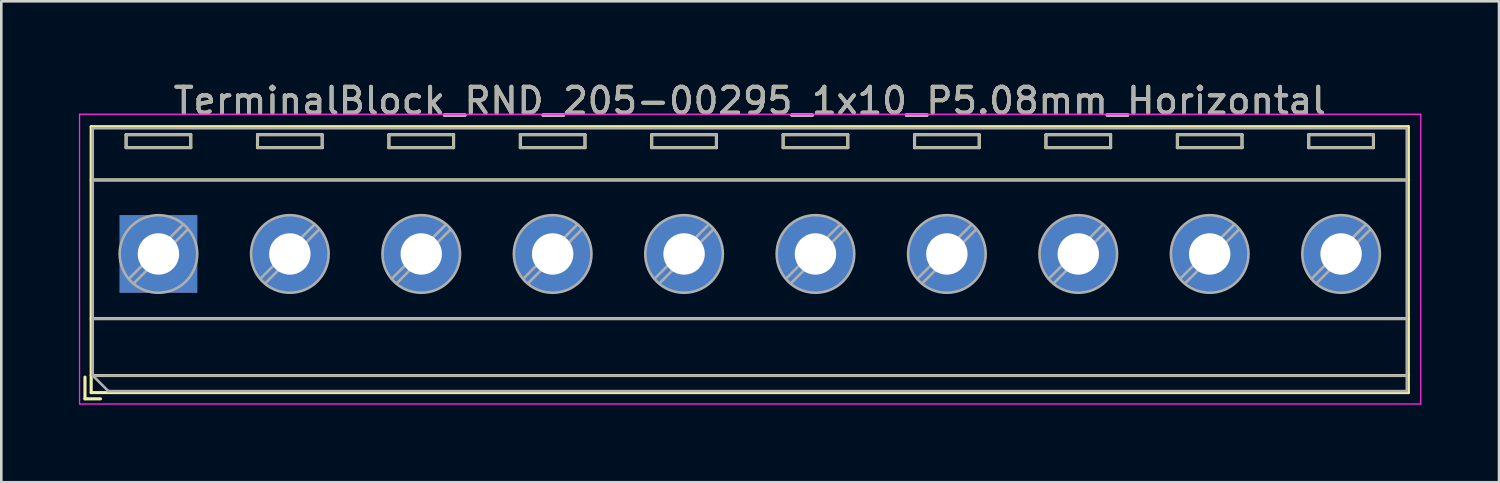
<source format=kicad_pcb>
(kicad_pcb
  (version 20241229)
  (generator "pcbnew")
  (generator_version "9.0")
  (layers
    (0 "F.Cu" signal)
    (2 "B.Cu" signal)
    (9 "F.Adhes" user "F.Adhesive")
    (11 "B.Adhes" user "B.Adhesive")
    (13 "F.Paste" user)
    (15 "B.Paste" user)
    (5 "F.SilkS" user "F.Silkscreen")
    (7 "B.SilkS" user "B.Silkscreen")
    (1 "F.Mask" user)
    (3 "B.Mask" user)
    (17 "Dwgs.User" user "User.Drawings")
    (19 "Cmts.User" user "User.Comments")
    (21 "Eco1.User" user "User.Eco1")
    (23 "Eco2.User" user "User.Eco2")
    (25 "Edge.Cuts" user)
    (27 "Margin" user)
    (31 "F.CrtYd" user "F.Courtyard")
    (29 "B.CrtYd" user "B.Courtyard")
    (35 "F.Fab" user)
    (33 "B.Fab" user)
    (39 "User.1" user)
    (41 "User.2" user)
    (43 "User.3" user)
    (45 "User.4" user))
  (footprint "TerminalBlock_RND_205-00295_1x10_P5.08mm_Horizontal"
    (layer "F.Cu")
    (at 3.075 6.768)
    (property "Reference" "TerminalBlock_RND_205-00295_1x10_P5.08mm_Horizontal" (at 22.86 -5.92 0) (layer "F.SilkS") (effects (font (size 1 1) (thickness 0.15))))
    (attr through_hole)
    (fp_line (start -2.84 4.76) (end -2.84 5.6) (stroke (width 0.12) (type solid)) (layer "F.SilkS"))
    (fp_line (start -2.84 5.6) (end -2.24 5.6) (stroke (width 0.12) (type solid)) (layer "F.SilkS"))
    (fp_line (start -2.6 -4.92) (end -2.6 5.36) (stroke (width 0.12) (type solid)) (layer "F.SilkS"))
    (fp_line (start -2.6 -4.92) (end 48.32 -4.92) (stroke (width 0.12) (type solid)) (layer "F.SilkS"))
    (fp_line (start -2.6 -2.861) (end 48.32 -2.861) (stroke (width 0.12) (type solid)) (layer "F.SilkS"))
    (fp_line (start -2.6 2.5) (end 48.32 2.5) (stroke (width 0.12) (type solid)) (layer "F.SilkS"))
    (fp_line (start -2.6 4.7) (end 48.32 4.7) (stroke (width 0.12) (type solid)) (layer "F.SilkS"))
    (fp_line (start -2.6 5.36) (end 48.32 5.36) (stroke (width 0.12) (type solid)) (layer "F.SilkS"))
    (fp_line (start -1.25 -4.61) (end -1.25 -4.11) (stroke (width 0.12) (type solid)) (layer "F.SilkS"))
    (fp_line (start -1.25 -4.61) (end 1.25 -4.61) (stroke (width 0.12) (type solid)) (layer "F.SilkS"))
    (fp_line (start -1.25 -4.11) (end 1.25 -4.11) (stroke (width 0.12) (type solid)) (layer "F.SilkS"))
    (fp_line (start 1.25 -4.61) (end 1.25 -4.11) (stroke (width 0.12) (type solid)) (layer "F.SilkS"))
    (fp_line (start 3.83 -4.61) (end 3.83 -4.11) (stroke (width 0.12) (type solid)) (layer "F.SilkS"))
    (fp_line (start 3.83 -4.61) (end 6.33 -4.61) (stroke (width 0.12) (type solid)) (layer "F.SilkS"))
    (fp_line (start 3.83 -4.11) (end 6.33 -4.11) (stroke (width 0.12) (type solid)) (layer "F.SilkS"))
    (fp_line (start 6.33 -4.61) (end 6.33 -4.11) (stroke (width 0.12) (type solid)) (layer "F.SilkS"))
    (fp_line (start 8.91 -4.61) (end 8.91 -4.11) (stroke (width 0.12) (type solid)) (layer "F.SilkS"))
    (fp_line (start 8.91 -4.61) (end 11.41 -4.61) (stroke (width 0.12) (type solid)) (layer "F.SilkS"))
    (fp_line (start 8.91 -4.11) (end 11.41 -4.11) (stroke (width 0.12) (type solid)) (layer "F.SilkS"))
    (fp_line (start 11.41 -4.61) (end 11.41 -4.11) (stroke (width 0.12) (type solid)) (layer "F.SilkS"))
    (fp_line (start 13.99 -4.61) (end 13.99 -4.11) (stroke (width 0.12) (type solid)) (layer "F.SilkS"))
    (fp_line (start 13.99 -4.61) (end 16.49 -4.61) (stroke (width 0.12) (type solid)) (layer "F.SilkS"))
    (fp_line (start 13.99 -4.11) (end 16.49 -4.11) (stroke (width 0.12) (type solid)) (layer "F.SilkS"))
    (fp_line (start 16.49 -4.61) (end 16.49 -4.11) (stroke (width 0.12) (type solid)) (layer "F.SilkS"))
    (fp_line (start 19.07 -4.61) (end 19.07 -4.11) (stroke (width 0.12) (type solid)) (layer "F.SilkS"))
    (fp_line (start 19.07 -4.61) (end 21.57 -4.61) (stroke (width 0.12) (type solid)) (layer "F.SilkS"))
    (fp_line (start 19.07 -4.11) (end 21.57 -4.11) (stroke (width 0.12) (type solid)) (layer "F.SilkS"))
    (fp_line (start 21.57 -4.61) (end 21.57 -4.11) (stroke (width 0.12) (type solid)) (layer "F.SilkS"))
    (fp_line (start 24.15 -4.61) (end 24.15 -4.11) (stroke (width 0.12) (type solid)) (layer "F.SilkS"))
    (fp_line (start 24.15 -4.61) (end 26.65 -4.61) (stroke (width 0.12) (type solid)) (layer "F.SilkS"))
    (fp_line (start 24.15 -4.11) (end 26.65 -4.11) (stroke (width 0.12) (type solid)) (layer "F.SilkS"))
    (fp_line (start 26.65 -4.61) (end 26.65 -4.11) (stroke (width 0.12) (type solid)) (layer "F.SilkS"))
    (fp_line (start 29.23 -4.61) (end 29.23 -4.11) (stroke (width 0.12) (type solid)) (layer "F.SilkS"))
    (fp_line (start 29.23 -4.61) (end 31.73 -4.61) (stroke (width 0.12) (type solid)) (layer "F.SilkS"))
    (fp_line (start 29.23 -4.11) (end 31.73 -4.11) (stroke (width 0.12) (type solid)) (layer "F.SilkS"))
    (fp_line (start 31.73 -4.61) (end 31.73 -4.11) (stroke (width 0.12) (type solid)) (layer "F.SilkS"))
    (fp_line (start 34.31 -4.61) (end 34.31 -4.11) (stroke (width 0.12) (type solid)) (layer "F.SilkS"))
    (fp_line (start 34.31 -4.61) (end 36.81 -4.61) (stroke (width 0.12) (type solid)) (layer "F.SilkS"))
    (fp_line (start 34.31 -4.11) (end 36.81 -4.11) (stroke (width 0.12) (type solid)) (layer "F.SilkS"))
    (fp_line (start 36.81 -4.61) (end 36.81 -4.11) (stroke (width 0.12) (type solid)) (layer "F.SilkS"))
    (fp_line (start 39.39 -4.61) (end 39.39 -4.11) (stroke (width 0.12) (type solid)) (layer "F.SilkS"))
    (fp_line (start 39.39 -4.61) (end 41.89 -4.61) (stroke (width 0.12) (type solid)) (layer "F.SilkS"))
    (fp_line (start 39.39 -4.11) (end 41.89 -4.11) (stroke (width 0.12) (type solid)) (layer "F.SilkS"))
    (fp_line (start 41.89 -4.61) (end 41.89 -4.11) (stroke (width 0.12) (type solid)) (layer "F.SilkS"))
    (fp_line (start 44.47 -4.61) (end 44.47 -4.11) (stroke (width 0.12) (type solid)) (layer "F.SilkS"))
    (fp_line (start 44.47 -4.61) (end 46.97 -4.61) (stroke (width 0.12) (type solid)) (layer "F.SilkS"))
    (fp_line (start 44.47 -4.11) (end 46.97 -4.11) (stroke (width 0.12) (type solid)) (layer "F.SilkS"))
    (fp_line (start 46.97 -4.61) (end 46.97 -4.11) (stroke (width 0.12) (type solid)) (layer "F.SilkS"))
    (fp_line (start 48.32 -4.92) (end 48.32 5.36) (stroke (width 0.12) (type solid)) (layer "F.SilkS"))
    (fp_line (start -3.05 -5.4) (end -3.05 5.8) (stroke (width 0.05) (type solid)) (layer "F.CrtYd"))
    (fp_line (start -3.05 5.8) (end 48.8 5.8) (stroke (width 0.05) (type solid)) (layer "F.CrtYd"))
    (fp_line (start 48.8 -5.4) (end -3.05 -5.4) (stroke (width 0.05) (type solid)) (layer "F.CrtYd"))
    (fp_line (start 48.8 5.8) (end 48.8 -5.4) (stroke (width 0.05) (type solid)) (layer "F.CrtYd"))
    (fp_line (start -2.54 -4.86) (end 48.26 -4.86) (stroke (width 0.1) (type solid)) (layer "F.Fab"))
    (fp_line (start -2.54 -2.86) (end 48.26 -2.86) (stroke (width 0.1) (type solid)) (layer "F.Fab"))
    (fp_line (start -2.54 2.5) (end 48.26 2.5) (stroke (width 0.1) (type solid)) (layer "F.Fab"))
    (fp_line (start -2.54 4.7) (end -2.54 -4.86) (stroke (width 0.1) (type solid)) (layer "F.Fab"))
    (fp_line (start -2.54 4.7) (end 48.26 4.7) (stroke (width 0.1) (type solid)) (layer "F.Fab"))
    (fp_line (start -1.94 5.3) (end -2.54 4.7) (stroke (width 0.1) (type solid)) (layer "F.Fab"))
    (fp_line (start -1.25 -4.61) (end -1.25 -4.11) (stroke (width 0.1) (type solid)) (layer "F.Fab"))
    (fp_line (start -1.25 -4.11) (end 1.25 -4.11) (stroke (width 0.1) (type solid)) (layer "F.Fab"))
    (fp_line (start 0.955 -1.138) (end -1.138 0.955) (stroke (width 0.1) (type solid)) (layer "F.Fab"))
    (fp_line (start 1.138 -0.955) (end -0.955 1.138) (stroke (width 0.1) (type solid)) (layer "F.Fab"))
    (fp_line (start 1.25 -4.61) (end -1.25 -4.61) (stroke (width 0.1) (type solid)) (layer "F.Fab"))
    (fp_line (start 1.25 -4.11) (end 1.25 -4.61) (stroke (width 0.1) (type solid)) (layer "F.Fab"))
    (fp_line (start 3.83 -4.61) (end 3.83 -4.11) (stroke (width 0.1) (type solid)) (layer "F.Fab"))
    (fp_line (start 3.83 -4.11) (end 6.33 -4.11) (stroke (width 0.1) (type solid)) (layer "F.Fab"))
    (fp_line (start 6.035 -1.138) (end 3.943 0.955) (stroke (width 0.1) (type solid)) (layer "F.Fab"))
    (fp_line (start 6.218 -0.955) (end 4.126 1.138) (stroke (width 0.1) (type solid)) (layer "F.Fab"))
    (fp_line (start 6.33 -4.61) (end 3.83 -4.61) (stroke (width 0.1) (type solid)) (layer "F.Fab"))
    (fp_line (start 6.33 -4.11) (end 6.33 -4.61) (stroke (width 0.1) (type solid)) (layer "F.Fab"))
    (fp_line (start 8.91 -4.61) (end 8.91 -4.11) (stroke (width 0.1) (type solid)) (layer "F.Fab"))
    (fp_line (start 8.91 -4.11) (end 11.41 -4.11) (stroke (width 0.1) (type solid)) (layer "F.Fab"))
    (fp_line (start 11.115 -1.138) (end 9.023 0.955) (stroke (width 0.1) (type solid)) (layer "F.Fab"))
    (fp_line (start 11.298 -0.955) (end 9.206 1.138) (stroke (width 0.1) (type solid)) (layer "F.Fab"))
    (fp_line (start 11.41 -4.61) (end 8.91 -4.61) (stroke (width 0.1) (type solid)) (layer "F.Fab"))
    (fp_line (start 11.41 -4.11) (end 11.41 -4.61) (stroke (width 0.1) (type solid)) (layer "F.Fab"))
    (fp_line (start 13.99 -4.61) (end 13.99 -4.11) (stroke (width 0.1) (type solid)) (layer "F.Fab"))
    (fp_line (start 13.99 -4.11) (end 16.49 -4.11) (stroke (width 0.1) (type solid)) (layer "F.Fab"))
    (fp_line (start 16.195 -1.138) (end 14.103 0.955) (stroke (width 0.1) (type solid)) (layer "F.Fab"))
    (fp_line (start 16.378 -0.955) (end 14.286 1.138) (stroke (width 0.1) (type solid)) (layer "F.Fab"))
    (fp_line (start 16.49 -4.61) (end 13.99 -4.61) (stroke (width 0.1) (type solid)) (layer "F.Fab"))
    (fp_line (start 16.49 -4.11) (end 16.49 -4.61) (stroke (width 0.1) (type solid)) (layer "F.Fab"))
    (fp_line (start 19.07 -4.61) (end 19.07 -4.11) (stroke (width 0.1) (type solid)) (layer "F.Fab"))
    (fp_line (start 19.07 -4.11) (end 21.57 -4.11) (stroke (width 0.1) (type solid)) (layer "F.Fab"))
    (fp_line (start 21.275 -1.138) (end 19.183 0.955) (stroke (width 0.1) (type solid)) (layer "F.Fab"))
    (fp_line (start 21.458 -0.955) (end 19.366 1.138) (stroke (width 0.1) (type solid)) (layer "F.Fab"))
    (fp_line (start 21.57 -4.61) (end 19.07 -4.61) (stroke (width 0.1) (type solid)) (layer "F.Fab"))
    (fp_line (start 21.57 -4.11) (end 21.57 -4.61) (stroke (width 0.1) (type solid)) (layer "F.Fab"))
    (fp_line (start 24.15 -4.61) (end 24.15 -4.11) (stroke (width 0.1) (type solid)) (layer "F.Fab"))
    (fp_line (start 24.15 -4.11) (end 26.65 -4.11) (stroke (width 0.1) (type solid)) (layer "F.Fab"))
    (fp_line (start 26.355 -1.138) (end 24.263 0.955) (stroke (width 0.1) (type solid)) (layer "F.Fab"))
    (fp_line (start 26.538 -0.955) (end 24.446 1.138) (stroke (width 0.1) (type solid)) (layer "F.Fab"))
    (fp_line (start 26.65 -4.61) (end 24.15 -4.61) (stroke (width 0.1) (type solid)) (layer "F.Fab"))
    (fp_line (start 26.65 -4.11) (end 26.65 -4.61) (stroke (width 0.1) (type solid)) (layer "F.Fab"))
    (fp_line (start 29.23 -4.61) (end 29.23 -4.11) (stroke (width 0.1) (type solid)) (layer "F.Fab"))
    (fp_line (start 29.23 -4.11) (end 31.73 -4.11) (stroke (width 0.1) (type solid)) (layer "F.Fab"))
    (fp_line (start 31.435 -1.138) (end 29.343 0.955) (stroke (width 0.1) (type solid)) (layer "F.Fab"))
    (fp_line (start 31.618 -0.955) (end 29.526 1.138) (stroke (width 0.1) (type solid)) (layer "F.Fab"))
    (fp_line (start 31.73 -4.61) (end 29.23 -4.61) (stroke (width 0.1) (type solid)) (layer "F.Fab"))
    (fp_line (start 31.73 -4.11) (end 31.73 -4.61) (stroke (width 0.1) (type solid)) (layer "F.Fab"))
    (fp_line (start 34.31 -4.61) (end 34.31 -4.11) (stroke (width 0.1) (type solid)) (layer "F.Fab"))
    (fp_line (start 34.31 -4.11) (end 36.81 -4.11) (stroke (width 0.1) (type solid)) (layer "F.Fab"))
    (fp_line (start 36.515 -1.138) (end 34.423 0.955) (stroke (width 0.1) (type solid)) (layer "F.Fab"))
    (fp_line (start 36.698 -0.955) (end 34.606 1.138) (stroke (width 0.1) (type solid)) (layer "F.Fab"))
    (fp_line (start 36.81 -4.61) (end 34.31 -4.61) (stroke (width 0.1) (type solid)) (layer "F.Fab"))
    (fp_line (start 36.81 -4.11) (end 36.81 -4.61) (stroke (width 0.1) (type solid)) (layer "F.Fab"))
    (fp_line (start 39.39 -4.61) (end 39.39 -4.11) (stroke (width 0.1) (type solid)) (layer "F.Fab"))
    (fp_line (start 39.39 -4.11) (end 41.89 -4.11) (stroke (width 0.1) (type solid)) (layer "F.Fab"))
    (fp_line (start 41.595 -1.138) (end 39.503 0.955) (stroke (width 0.1) (type solid)) (layer "F.Fab"))
    (fp_line (start 41.778 -0.955) (end 39.686 1.138) (stroke (width 0.1) (type solid)) (layer "F.Fab"))
    (fp_line (start 41.89 -4.61) (end 39.39 -4.61) (stroke (width 0.1) (type solid)) (layer "F.Fab"))
    (fp_line (start 41.89 -4.11) (end 41.89 -4.61) (stroke (width 0.1) (type solid)) (layer "F.Fab"))
    (fp_line (start 44.47 -4.61) (end 44.47 -4.11) (stroke (width 0.1) (type solid)) (layer "F.Fab"))
    (fp_line (start 44.47 -4.11) (end 46.97 -4.11) (stroke (width 0.1) (type solid)) (layer "F.Fab"))
    (fp_line (start 46.675 -1.138) (end 44.583 0.955) (stroke (width 0.1) (type solid)) (layer "F.Fab"))
    (fp_line (start 46.858 -0.955) (end 44.766 1.138) (stroke (width 0.1) (type solid)) (layer "F.Fab"))
    (fp_line (start 46.97 -4.61) (end 44.47 -4.61) (stroke (width 0.1) (type solid)) (layer "F.Fab"))
    (fp_line (start 46.97 -4.11) (end 46.97 -4.61) (stroke (width 0.1) (type solid)) (layer "F.Fab"))
    (fp_line (start 48.26 -4.86) (end 48.26 5.3) (stroke (width 0.1) (type solid)) (layer "F.Fab"))
    (fp_line (start 48.26 5.3) (end -1.94 5.3) (stroke (width 0.1) (type solid)) (layer "F.Fab"))
    (fp_circle (center 0 0) (end 1.5 0) (stroke (width 0.1) (type solid)) (fill no) (layer "F.Fab"))
    (fp_circle (center 5.08 0) (end 6.58 0) (stroke (width 0.1) (type solid)) (fill no) (layer "F.Fab"))
    (fp_circle (center 10.16 0) (end 11.66 0) (stroke (width 0.1) (type solid)) (fill no) (layer "F.Fab"))
    (fp_circle (center 15.24 0) (end 16.74 0) (stroke (width 0.1) (type solid)) (fill no) (layer "F.Fab"))
    (fp_circle (center 20.32 0) (end 21.82 0) (stroke (width 0.1) (type solid)) (fill no) (layer "F.Fab"))
    (fp_circle (center 25.4 0) (end 26.9 0) (stroke (width 0.1) (type solid)) (fill no) (layer "F.Fab"))
    (fp_circle (center 30.48 0) (end 31.98 0) (stroke (width 0.1) (type solid)) (fill no) (layer "F.Fab"))
    (fp_circle (center 35.56 0) (end 37.06 0) (stroke (width 0.1) (type solid)) (fill no) (layer "F.Fab"))
    (fp_circle (center 40.64 0) (end 42.14 0) (stroke (width 0.1) (type solid)) (fill no) (layer "F.Fab"))
    (fp_circle (center 45.72 0) (end 47.22 0) (stroke (width 0.1) (type solid)) (fill no) (layer "F.Fab"))
    (fp_text user "${REFERENCE}" (at 22.86 -5.92 0) (layer "F.Fab") (effects (font (size 1 1) (thickness 0.15))))
    (pad "1" thru_hole rect (at 0 0) (size 3 3) (drill 1.6) (layers "*.Cu" "*.Mask"))
    (pad "2" thru_hole circle (at 5.08 0) (size 3 3) (drill 1.6) (layers "*.Cu" "*.Mask"))
    (pad "3" thru_hole circle (at 10.16 0) (size 3 3) (drill 1.6) (layers "*.Cu" "*.Mask"))
    (pad "4" thru_hole circle (at 15.24 0) (size 3 3) (drill 1.6) (layers "*.Cu" "*.Mask"))
    (pad "5" thru_hole circle (at 20.32 0) (size 3 3) (drill 1.6) (layers "*.Cu" "*.Mask"))
    (pad "6" thru_hole circle (at 25.4 0) (size 3 3) (drill 1.6) (layers "*.Cu" "*.Mask"))
    (pad "7" thru_hole circle (at 30.48 0) (size 3 3) (drill 1.6) (layers "*.Cu" "*.Mask"))
    (pad "8" thru_hole circle (at 35.56 0) (size 3 3) (drill 1.6) (layers "*.Cu" "*.Mask"))
    (pad "9" thru_hole circle (at 40.64 0) (size 3 3) (drill 1.6) (layers "*.Cu" "*.Mask"))
    (pad "10" thru_hole circle (at 45.72 0) (size 3 3) (drill 1.6) (layers "*.Cu" "*.Mask")))
  (gr_rect
    (start -3 -3)
    (end 54.9 15.593)
    (stroke (width 0.1) (type default))
    (fill no)
    (layer "Edge.Cuts")))
</source>
